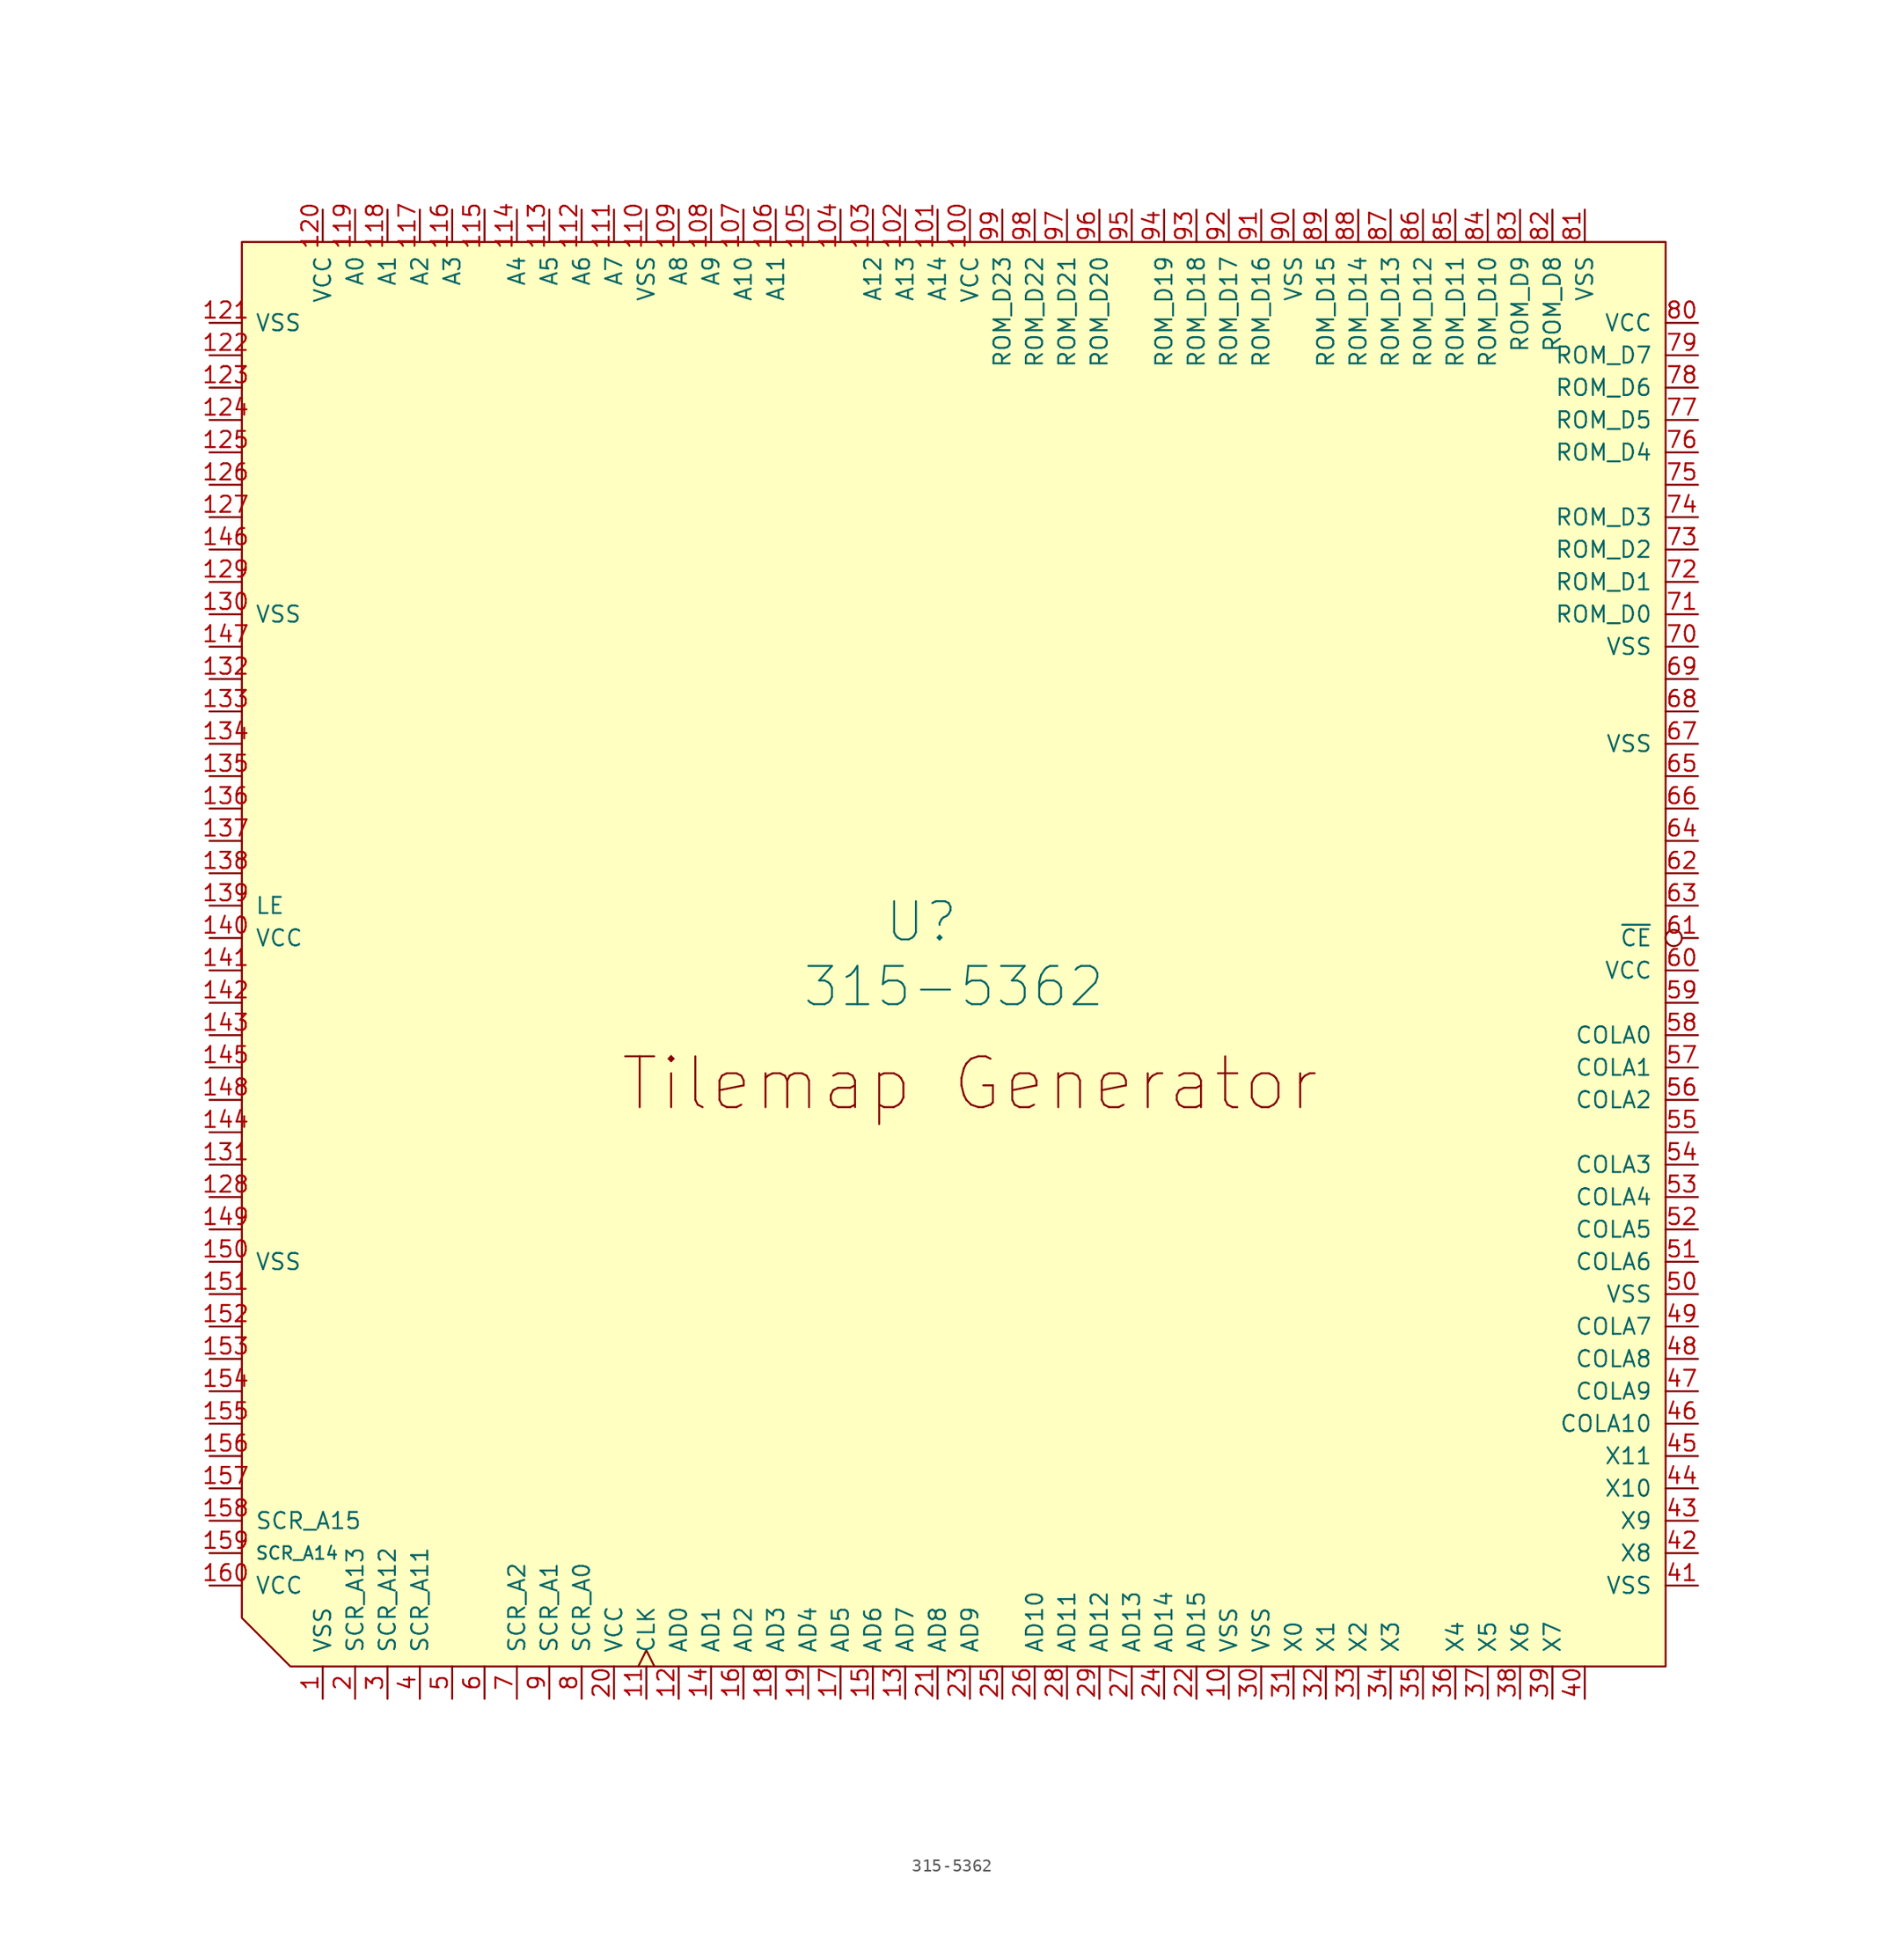
<source format=kicad_sym>
(kicad_symbol_lib
  (version 20211014)
  (generator kicad_symbol_editor)
  (symbol "315-5362"
    (pin_names
      (offset 1.016))
    (property "Reference" "U"
      (at -1.27 3.81 0)
      (effects (font (size 2.997 2.997))))
    (property "Value" "315-5362"
      (at 1.27 -1.27 0)
      (effects (font (size 2.997 2.997))))
    (symbol "315-5362_0_0"
      (text "Tilemap Generator" (at 2.54 -8.89 0) (effects (font (size 3.988 3.988)))))
    (symbol "315-5362_0_1"
      (polyline (pts (xy -48.26 -54.61) (xy -50.8 -54.61) (xy -54.61 -50.8) (xy -54.61 57.15) (xy 57.15 57.15) (xy 57.15 -54.61) (xy -48.26 -54.61)) (stroke (width 0) (type default) (color 0 0 0 0)) (fill (type background))))
    (symbol "315-5362_1_1"
      (pin power_in line (at -48.26 -57.15 90) (length 2.54) (name "VSS" (effects (font (size 1.27 1.27)))) (number "1" (effects (font (size 1.27 1.27)))))
      (pin power_in line (at 22.86 -57.15 90) (length 2.54) (name "VSS" (effects (font (size 1.27 1.27)))) (number "10" (effects (font (size 1.27 1.27)))))
      (pin power_in line (at 2.54 59.69 270) (length 2.54) (name "VCC" (effects (font (size 1.27 1.27)))) (number "100" (effects (font (size 1.27 1.27)))))
      (pin output line (at 0 59.69 270) (length 2.54) (name "A14" (effects (font (size 1.27 1.27)))) (number "101" (effects (font (size 1.27 1.27)))))
      (pin output line (at -2.54 59.69 270) (length 2.54) (name "A13" (effects (font (size 1.27 1.27)))) (number "102" (effects (font (size 1.27 1.27)))))
      (pin output line (at -5.08 59.69 270) (length 2.54) (name "A12" (effects (font (size 1.27 1.27)))) (number "103" (effects (font (size 1.27 1.27)))))
      (pin output line (at -7.62 59.69 270) (length 2.54) (name "~" (effects (font (size 1.27 1.27)))) (number "104" (effects (font (size 1.27 1.27)))))
      (pin output line (at -10.16 59.69 270) (length 2.54) (name "~" (effects (font (size 1.27 1.27)))) (number "105" (effects (font (size 1.27 1.27)))))
      (pin output line (at -12.7 59.69 270) (length 2.54) (name "A11" (effects (font (size 1.27 1.27)))) (number "106" (effects (font (size 1.27 1.27)))))
      (pin output line (at -15.24 59.69 270) (length 2.54) (name "A10" (effects (font (size 1.27 1.27)))) (number "107" (effects (font (size 1.27 1.27)))))
      (pin output line (at -17.78 59.69 270) (length 2.54) (name "A9" (effects (font (size 1.27 1.27)))) (number "108" (effects (font (size 1.27 1.27)))))
      (pin output line (at -20.32 59.69 270) (length 2.54) (name "A8" (effects (font (size 1.27 1.27)))) (number "109" (effects (font (size 1.27 1.27)))))
      (pin output clock (at -22.86 -57.15 90) (length 2.54) (name "CLK" (effects (font (size 1.27 1.27)))) (number "11" (effects (font (size 1.27 1.27)))))
      (pin power_in line (at -22.86 59.69 270) (length 2.54) (name "VSS" (effects (font (size 1.27 1.27)))) (number "110" (effects (font (size 1.27 1.27)))))
      (pin output line (at -25.4 59.69 270) (length 2.54) (name "A7" (effects (font (size 1.27 1.27)))) (number "111" (effects (font (size 1.27 1.27)))))
      (pin output line (at -27.94 59.69 270) (length 2.54) (name "A6" (effects (font (size 1.27 1.27)))) (number "112" (effects (font (size 1.27 1.27)))))
      (pin output line (at -30.48 59.69 270) (length 2.54) (name "A5" (effects (font (size 1.27 1.27)))) (number "113" (effects (font (size 1.27 1.27)))))
      (pin output line (at -33.02 59.69 270) (length 2.54) (name "A4" (effects (font (size 1.27 1.27)))) (number "114" (effects (font (size 1.27 1.27)))))
      (pin output line (at -35.56 59.69 270) (length 2.54) (name "~" (effects (font (size 1.27 1.27)))) (number "115" (effects (font (size 1.27 1.27)))))
      (pin output line (at -38.1 59.69 270) (length 2.54) (name "A3" (effects (font (size 1.27 1.27)))) (number "116" (effects (font (size 1.27 1.27)))))
      (pin output line (at -40.64 59.69 270) (length 2.54) (name "A2" (effects (font (size 1.27 1.27)))) (number "117" (effects (font (size 1.27 1.27)))))
      (pin output line (at -43.18 59.69 270) (length 2.54) (name "A1" (effects (font (size 1.27 1.27)))) (number "118" (effects (font (size 1.27 1.27)))))
      (pin output line (at -45.72 59.69 270) (length 2.54) (name "A0" (effects (font (size 1.27 1.27)))) (number "119" (effects (font (size 1.27 1.27)))))
      (pin bidirectional line (at -20.32 -57.15 90) (length 2.54) (name "AD0" (effects (font (size 1.27 1.27)))) (number "12" (effects (font (size 1.27 1.27)))))
      (pin power_in line (at -48.26 59.69 270) (length 2.54) (name "VCC" (effects (font (size 1.27 1.27)))) (number "120" (effects (font (size 1.27 1.27)))))
      (pin power_in line (at -57.15 50.8 0) (length 2.54) (name "VSS" (effects (font (size 1.27 1.27)))) (number "121" (effects (font (size 1.27 1.27)))))
      (pin output line (at -57.15 48.26 0) (length 2.54) (name "~" (effects (font (size 1.27 1.27)))) (number "122" (effects (font (size 1.27 1.27)))))
      (pin output line (at -57.15 45.72 0) (length 2.54) (name "~" (effects (font (size 1.27 1.27)))) (number "123" (effects (font (size 1.27 1.27)))))
      (pin output line (at -57.15 43.18 0) (length 2.54) (name "~" (effects (font (size 1.27 1.27)))) (number "124" (effects (font (size 1.27 1.27)))))
      (pin output line (at -57.15 40.64 0) (length 2.54) (name "~" (effects (font (size 1.27 1.27)))) (number "125" (effects (font (size 1.27 1.27)))))
      (pin output line (at -57.15 38.1 0) (length 2.54) (name "~" (effects (font (size 1.27 1.27)))) (number "126" (effects (font (size 1.27 1.27)))))
      (pin output line (at -57.15 35.56 0) (length 2.54) (name "~" (effects (font (size 1.27 1.27)))) (number "127" (effects (font (size 1.27 1.27)))))
      (pin input line (at -57.15 -17.78 0) (length 2.54) (name "~" (effects (font (size 1.27 1.27)))) (number "128" (effects (font (size 1.27 1.27)))))
      (pin output line (at -57.15 30.48 0) (length 2.54) (name "~" (effects (font (size 1.27 1.27)))) (number "129" (effects (font (size 1.27 1.27)))))
      (pin bidirectional line (at -2.54 -57.15 90) (length 2.54) (name "AD7" (effects (font (size 1.27 1.27)))) (number "13" (effects (font (size 1.27 1.27)))))
      (pin power_in line (at -57.15 27.94 0) (length 2.54) (name "VSS" (effects (font (size 1.27 1.27)))) (number "130" (effects (font (size 1.27 1.27)))))
      (pin input line (at -57.15 -15.24 0) (length 2.54) (name "~" (effects (font (size 1.27 1.27)))) (number "131" (effects (font (size 1.27 1.27)))))
      (pin output line (at -57.15 22.86 0) (length 2.54) (name "~" (effects (font (size 1.27 1.27)))) (number "132" (effects (font (size 1.27 1.27)))))
      (pin output line (at -57.15 20.32 0) (length 2.54) (name "~" (effects (font (size 1.27 1.27)))) (number "133" (effects (font (size 1.27 1.27)))))
      (pin output line (at -57.15 17.78 0) (length 2.54) (name "~" (effects (font (size 1.27 1.27)))) (number "134" (effects (font (size 1.27 1.27)))))
      (pin output line (at -57.15 15.24 0) (length 2.54) (name "~" (effects (font (size 1.27 1.27)))) (number "135" (effects (font (size 1.27 1.27)))))
      (pin output line (at -57.15 12.7 0) (length 2.54) (name "~" (effects (font (size 1.27 1.27)))) (number "136" (effects (font (size 1.27 1.27)))))
      (pin output line (at -57.15 10.16 0) (length 2.54) (name "~" (effects (font (size 1.27 1.27)))) (number "137" (effects (font (size 1.27 1.27)))))
      (pin output line (at -57.15 7.62 0) (length 2.54) (name "~" (effects (font (size 1.27 1.27)))) (number "138" (effects (font (size 1.27 1.27)))))
      (pin output line (at -57.15 5.08 0) (length 2.54) (name "LE" (effects (font (size 1.27 1.27)))) (number "139" (effects (font (size 1.27 1.27)))))
      (pin bidirectional line (at -17.78 -57.15 90) (length 2.54) (name "AD1" (effects (font (size 1.27 1.27)))) (number "14" (effects (font (size 1.27 1.27)))))
      (pin power_in line (at -57.15 2.54 0) (length 2.54) (name "VCC" (effects (font (size 1.27 1.27)))) (number "140" (effects (font (size 1.27 1.27)))))
      (pin output line (at -57.15 0 0) (length 2.54) (name "~" (effects (font (size 1.27 1.27)))) (number "141" (effects (font (size 1.27 1.27)))))
      (pin output line (at -57.15 -2.54 0) (length 2.54) (name "~" (effects (font (size 1.27 1.27)))) (number "142" (effects (font (size 1.27 1.27)))))
      (pin output line (at -57.15 -5.08 0) (length 2.54) (name "~" (effects (font (size 1.27 1.27)))) (number "143" (effects (font (size 1.27 1.27)))))
      (pin input line (at -57.15 -12.7 0) (length 2.54) (name "~" (effects (font (size 1.27 1.27)))) (number "144" (effects (font (size 1.27 1.27)))))
      (pin input line (at -57.15 -7.62 0) (length 2.54) (name "~" (effects (font (size 1.27 1.27)))) (number "145" (effects (font (size 1.27 1.27)))))
      (pin output line (at -57.15 33.02 0) (length 2.54) (name "~" (effects (font (size 1.27 1.27)))) (number "146" (effects (font (size 1.27 1.27)))))
      (pin output line (at -57.15 25.4 0) (length 2.54) (name "~" (effects (font (size 1.27 1.27)))) (number "147" (effects (font (size 1.27 1.27)))))
      (pin input line (at -57.15 -10.16 0) (length 2.54) (name "~" (effects (font (size 1.27 1.27)))) (number "148" (effects (font (size 1.27 1.27)))))
      (pin input line (at -57.15 -20.32 0) (length 2.54) (name "~" (effects (font (size 1.27 1.27)))) (number "149" (effects (font (size 1.27 1.27)))))
      (pin bidirectional line (at -5.08 -57.15 90) (length 2.54) (name "AD6" (effects (font (size 1.27 1.27)))) (number "15" (effects (font (size 1.27 1.27)))))
      (pin power_in line (at -57.15 -22.86 0) (length 2.54) (name "VSS" (effects (font (size 1.27 1.27)))) (number "150" (effects (font (size 1.27 1.27)))))
      (pin output line (at -57.15 -25.4 0) (length 2.54) (name "~" (effects (font (size 1.27 1.27)))) (number "151" (effects (font (size 1.27 1.27)))))
      (pin output line (at -57.15 -27.94 0) (length 2.54) (name "~" (effects (font (size 1.27 1.27)))) (number "152" (effects (font (size 1.27 1.27)))))
      (pin output line (at -57.15 -30.48 0) (length 2.54) (name "~" (effects (font (size 1.27 1.27)))) (number "153" (effects (font (size 1.27 1.27)))))
      (pin output line (at -57.15 -33.02 0) (length 2.54) (name "~" (effects (font (size 1.27 1.27)))) (number "154" (effects (font (size 1.27 1.27)))))
      (pin output line (at -57.15 -35.56 0) (length 2.54) (name "~" (effects (font (size 1.27 1.27)))) (number "155" (effects (font (size 1.27 1.27)))))
      (pin output line (at -57.15 -38.1 0) (length 2.54) (name "~" (effects (font (size 1.27 1.27)))) (number "156" (effects (font (size 1.27 1.27)))))
      (pin output line (at -57.15 -40.64 0) (length 2.54) (name "~" (effects (font (size 1.27 1.27)))) (number "157" (effects (font (size 1.27 1.27)))))
      (pin output line (at -57.15 -43.18 0) (length 2.54) (name "SCR_A15" (effects (font (size 1.27 1.27)))) (number "158" (effects (font (size 1.27 1.27)))))
      (pin output line (at -57.15 -45.72 0) (length 2.54) (name "SCR_A14" (effects (font (size 0.991 0.991)))) (number "159" (effects (font (size 1.27 1.27)))))
      (pin bidirectional line (at -15.24 -57.15 90) (length 2.54) (name "AD2" (effects (font (size 1.27 1.27)))) (number "16" (effects (font (size 1.27 1.27)))))
      (pin power_in line (at -57.15 -48.26 0) (length 2.54) (name "VCC" (effects (font (size 1.27 1.27)))) (number "160" (effects (font (size 1.27 1.27)))))
      (pin bidirectional line (at -7.62 -57.15 90) (length 2.54) (name "AD5" (effects (font (size 1.27 1.27)))) (number "17" (effects (font (size 1.27 1.27)))))
      (pin bidirectional line (at -12.7 -57.15 90) (length 2.54) (name "AD3" (effects (font (size 1.27 1.27)))) (number "18" (effects (font (size 1.27 1.27)))))
      (pin bidirectional line (at -10.16 -57.15 90) (length 2.54) (name "AD4" (effects (font (size 1.27 1.27)))) (number "19" (effects (font (size 1.27 1.27)))))
      (pin output line (at -45.72 -57.15 90) (length 2.54) (name "SCR_A13" (effects (font (size 1.27 1.27)))) (number "2" (effects (font (size 1.27 1.27)))))
      (pin power_in line (at -25.4 -57.15 90) (length 2.54) (name "VCC" (effects (font (size 1.27 1.27)))) (number "20" (effects (font (size 1.27 1.27)))))
      (pin bidirectional line (at 0 -57.15 90) (length 2.54) (name "AD8" (effects (font (size 1.27 1.27)))) (number "21" (effects (font (size 1.27 1.27)))))
      (pin bidirectional line (at 20.32 -57.15 90) (length 2.54) (name "AD15" (effects (font (size 1.27 1.27)))) (number "22" (effects (font (size 1.27 1.27)))))
      (pin bidirectional line (at 2.54 -57.15 90) (length 2.54) (name "AD9" (effects (font (size 1.27 1.27)))) (number "23" (effects (font (size 1.27 1.27)))))
      (pin bidirectional line (at 17.78 -57.15 90) (length 2.54) (name "AD14" (effects (font (size 1.27 1.27)))) (number "24" (effects (font (size 1.27 1.27)))))
      (pin bidirectional line (at 5.08 -57.15 90) (length 2.54) (name "~" (effects (font (size 1.27 1.27)))) (number "25" (effects (font (size 1.27 1.27)))))
      (pin bidirectional line (at 7.62 -57.15 90) (length 2.54) (name "AD10" (effects (font (size 1.27 1.27)))) (number "26" (effects (font (size 1.27 1.27)))))
      (pin bidirectional line (at 15.24 -57.15 90) (length 2.54) (name "AD13" (effects (font (size 1.27 1.27)))) (number "27" (effects (font (size 1.27 1.27)))))
      (pin bidirectional line (at 10.16 -57.15 90) (length 2.54) (name "AD11" (effects (font (size 1.27 1.27)))) (number "28" (effects (font (size 1.27 1.27)))))
      (pin bidirectional line (at 12.7 -57.15 90) (length 2.54) (name "AD12" (effects (font (size 1.27 1.27)))) (number "29" (effects (font (size 1.27 1.27)))))
      (pin output line (at -43.18 -57.15 90) (length 2.54) (name "SCR_A12" (effects (font (size 1.27 1.27)))) (number "3" (effects (font (size 1.27 1.27)))))
      (pin power_in line (at 25.4 -57.15 90) (length 2.54) (name "VSS" (effects (font (size 1.27 1.27)))) (number "30" (effects (font (size 1.27 1.27)))))
      (pin input line (at 27.94 -57.15 90) (length 2.54) (name "X0" (effects (font (size 1.27 1.27)))) (number "31" (effects (font (size 1.27 1.27)))))
      (pin input line (at 30.48 -57.15 90) (length 2.54) (name "X1" (effects (font (size 1.27 1.27)))) (number "32" (effects (font (size 1.27 1.27)))))
      (pin input line (at 33.02 -57.15 90) (length 2.54) (name "X2" (effects (font (size 1.27 1.27)))) (number "33" (effects (font (size 1.27 1.27)))))
      (pin input line (at 35.56 -57.15 90) (length 2.54) (name "X3" (effects (font (size 1.27 1.27)))) (number "34" (effects (font (size 1.27 1.27)))))
      (pin input line (at 38.1 -57.15 90) (length 2.54) (name "~" (effects (font (size 1.27 1.27)))) (number "35" (effects (font (size 1.27 1.27)))))
      (pin input line (at 40.64 -57.15 90) (length 2.54) (name "X4" (effects (font (size 1.27 1.27)))) (number "36" (effects (font (size 1.27 1.27)))))
      (pin input line (at 43.18 -57.15 90) (length 2.54) (name "X5" (effects (font (size 1.27 1.27)))) (number "37" (effects (font (size 1.27 1.27)))))
      (pin input line (at 45.72 -57.15 90) (length 2.54) (name "X6" (effects (font (size 1.27 1.27)))) (number "38" (effects (font (size 1.27 1.27)))))
      (pin input line (at 48.26 -57.15 90) (length 2.54) (name "X7" (effects (font (size 1.27 1.27)))) (number "39" (effects (font (size 1.27 1.27)))))
      (pin output line (at -40.64 -57.15 90) (length 2.54) (name "SCR_A11" (effects (font (size 1.27 1.27)))) (number "4" (effects (font (size 1.27 1.27)))))
      (pin input line (at 50.8 -57.15 90) (length 2.54) (name "~" (effects (font (size 1.27 1.27)))) (number "40" (effects (font (size 1.27 1.27)))))
      (pin power_in line (at 59.69 -48.26 180) (length 2.54) (name "VSS" (effects (font (size 1.27 1.27)))) (number "41" (effects (font (size 1.27 1.27)))))
      (pin input line (at 59.69 -45.72 180) (length 2.54) (name "X8" (effects (font (size 1.27 1.27)))) (number "42" (effects (font (size 1.27 1.27)))))
      (pin input line (at 59.69 -43.18 180) (length 2.54) (name "X9" (effects (font (size 1.27 1.27)))) (number "43" (effects (font (size 1.27 1.27)))))
      (pin input line (at 59.69 -40.64 180) (length 2.54) (name "X10" (effects (font (size 1.27 1.27)))) (number "44" (effects (font (size 1.27 1.27)))))
      (pin input line (at 59.69 -38.1 180) (length 2.54) (name "X11" (effects (font (size 1.27 1.27)))) (number "45" (effects (font (size 1.27 1.27)))))
      (pin tri_state line (at 59.69 -35.56 180) (length 2.54) (name "COLA10" (effects (font (size 1.27 1.27)))) (number "46" (effects (font (size 1.27 1.27)))))
      (pin tri_state line (at 59.69 -33.02 180) (length 2.54) (name "COLA9" (effects (font (size 1.27 1.27)))) (number "47" (effects (font (size 1.27 1.27)))))
      (pin tri_state line (at 59.69 -30.48 180) (length 2.54) (name "COLA8" (effects (font (size 1.27 1.27)))) (number "48" (effects (font (size 1.27 1.27)))))
      (pin tri_state line (at 59.69 -27.94 180) (length 2.54) (name "COLA7" (effects (font (size 1.27 1.27)))) (number "49" (effects (font (size 1.27 1.27)))))
      (pin output line (at -38.1 -57.15 90) (length 2.54) (name "~" (effects (font (size 1.27 1.27)))) (number "5" (effects (font (size 1.27 1.27)))))
      (pin power_in line (at 59.69 -25.4 180) (length 2.54) (name "VSS" (effects (font (size 1.27 1.27)))) (number "50" (effects (font (size 1.27 1.27)))))
      (pin tri_state line (at 59.69 -22.86 180) (length 2.54) (name "COLA6" (effects (font (size 1.27 1.27)))) (number "51" (effects (font (size 1.27 1.27)))))
      (pin tri_state line (at 59.69 -20.32 180) (length 2.54) (name "COLA5" (effects (font (size 1.27 1.27)))) (number "52" (effects (font (size 1.27 1.27)))))
      (pin tri_state line (at 59.69 -17.78 180) (length 2.54) (name "COLA4" (effects (font (size 1.27 1.27)))) (number "53" (effects (font (size 1.27 1.27)))))
      (pin tri_state line (at 59.69 -15.24 180) (length 2.54) (name "COLA3" (effects (font (size 1.27 1.27)))) (number "54" (effects (font (size 1.27 1.27)))))
      (pin tri_state line (at 59.69 -12.7 180) (length 2.54) (name "~" (effects (font (size 1.27 1.27)))) (number "55" (effects (font (size 1.27 1.27)))))
      (pin tri_state line (at 59.69 -10.16 180) (length 2.54) (name "COLA2" (effects (font (size 1.27 1.27)))) (number "56" (effects (font (size 1.27 1.27)))))
      (pin tri_state line (at 59.69 -7.62 180) (length 2.54) (name "COLA1" (effects (font (size 1.27 1.27)))) (number "57" (effects (font (size 1.27 1.27)))))
      (pin tri_state line (at 59.69 -5.08 180) (length 2.54) (name "COLA0" (effects (font (size 1.27 1.27)))) (number "58" (effects (font (size 1.27 1.27)))))
      (pin input line (at 59.69 -2.54 180) (length 2.54) (name "~" (effects (font (size 1.27 1.27)))) (number "59" (effects (font (size 1.27 1.27)))))
      (pin output line (at -35.56 -57.15 90) (length 2.54) (name "~" (effects (font (size 1.27 1.27)))) (number "6" (effects (font (size 1.27 1.27)))))
      (pin power_in line (at 59.69 0 180) (length 2.54) (name "VCC" (effects (font (size 1.27 1.27)))) (number "60" (effects (font (size 1.27 1.27)))))
      (pin output inverted (at 59.69 2.54 180) (length 2.54) (name "~{CE}" (effects (font (size 1.27 1.27)))) (number "61" (effects (font (size 1.27 1.27)))))
      (pin output line (at 59.69 7.62 180) (length 2.54) (name "~" (effects (font (size 1.27 1.27)))) (number "62" (effects (font (size 1.27 1.27)))))
      (pin output line (at 59.69 5.08 180) (length 2.54) (name "~" (effects (font (size 1.27 1.27)))) (number "63" (effects (font (size 1.27 1.27)))))
      (pin output line (at 59.69 10.16 180) (length 2.54) (name "~" (effects (font (size 1.27 1.27)))) (number "64" (effects (font (size 1.27 1.27)))))
      (pin output line (at 59.69 15.24 180) (length 2.54) (name "~" (effects (font (size 1.27 1.27)))) (number "65" (effects (font (size 1.27 1.27)))))
      (pin output line (at 59.69 12.7 180) (length 2.54) (name "~" (effects (font (size 1.27 1.27)))) (number "66" (effects (font (size 1.27 1.27)))))
      (pin power_in line (at 59.69 17.78 180) (length 2.54) (name "VSS" (effects (font (size 1.27 1.27)))) (number "67" (effects (font (size 1.27 1.27)))))
      (pin output line (at 59.69 20.32 180) (length 2.54) (name "~" (effects (font (size 1.27 1.27)))) (number "68" (effects (font (size 1.27 1.27)))))
      (pin output line (at 59.69 22.86 180) (length 2.54) (name "~" (effects (font (size 1.27 1.27)))) (number "69" (effects (font (size 1.27 1.27)))))
      (pin output line (at -33.02 -57.15 90) (length 2.54) (name "SCR_A2" (effects (font (size 1.27 1.27)))) (number "7" (effects (font (size 1.27 1.27)))))
      (pin power_in line (at 59.69 25.4 180) (length 2.54) (name "VSS" (effects (font (size 1.27 1.27)))) (number "70" (effects (font (size 1.27 1.27)))))
      (pin input line (at 59.69 27.94 180) (length 2.54) (name "ROM_D0" (effects (font (size 1.27 1.27)))) (number "71" (effects (font (size 1.27 1.27)))))
      (pin input line (at 59.69 30.48 180) (length 2.54) (name "ROM_D1" (effects (font (size 1.27 1.27)))) (number "72" (effects (font (size 1.27 1.27)))))
      (pin input line (at 59.69 33.02 180) (length 2.54) (name "ROM_D2" (effects (font (size 1.27 1.27)))) (number "73" (effects (font (size 1.27 1.27)))))
      (pin input line (at 59.69 35.56 180) (length 2.54) (name "ROM_D3" (effects (font (size 1.27 1.27)))) (number "74" (effects (font (size 1.27 1.27)))))
      (pin input line (at 59.69 38.1 180) (length 2.54) (name "~" (effects (font (size 1.27 1.27)))) (number "75" (effects (font (size 1.27 1.27)))))
      (pin input line (at 59.69 40.64 180) (length 2.54) (name "ROM_D4" (effects (font (size 1.27 1.27)))) (number "76" (effects (font (size 1.27 1.27)))))
      (pin input line (at 59.69 43.18 180) (length 2.54) (name "ROM_D5" (effects (font (size 1.27 1.27)))) (number "77" (effects (font (size 1.27 1.27)))))
      (pin input line (at 59.69 45.72 180) (length 2.54) (name "ROM_D6" (effects (font (size 1.27 1.27)))) (number "78" (effects (font (size 1.27 1.27)))))
      (pin input line (at 59.69 48.26 180) (length 2.54) (name "ROM_D7" (effects (font (size 1.27 1.27)))) (number "79" (effects (font (size 1.27 1.27)))))
      (pin output line (at -27.94 -57.15 90) (length 2.54) (name "SCR_A0" (effects (font (size 1.27 1.27)))) (number "8" (effects (font (size 1.27 1.27)))))
      (pin power_in line (at 59.69 50.8 180) (length 2.54) (name "VCC" (effects (font (size 1.27 1.27)))) (number "80" (effects (font (size 1.27 1.27)))))
      (pin power_in line (at 50.8 59.69 270) (length 2.54) (name "VSS" (effects (font (size 1.27 1.27)))) (number "81" (effects (font (size 1.27 1.27)))))
      (pin input line (at 48.26 59.69 270) (length 2.54) (name "ROM_D8" (effects (font (size 1.27 1.27)))) (number "82" (effects (font (size 1.27 1.27)))))
      (pin input line (at 45.72 59.69 270) (length 2.54) (name "ROM_D9" (effects (font (size 1.27 1.27)))) (number "83" (effects (font (size 1.27 1.27)))))
      (pin input line (at 43.18 59.69 270) (length 2.54) (name "ROM_D10" (effects (font (size 1.27 1.27)))) (number "84" (effects (font (size 1.27 1.27)))))
      (pin input line (at 40.64 59.69 270) (length 2.54) (name "ROM_D11" (effects (font (size 1.27 1.27)))) (number "85" (effects (font (size 1.27 1.27)))))
      (pin input line (at 38.1 59.69 270) (length 2.54) (name "ROM_D12" (effects (font (size 1.27 1.27)))) (number "86" (effects (font (size 1.27 1.27)))))
      (pin input line (at 35.56 59.69 270) (length 2.54) (name "ROM_D13" (effects (font (size 1.27 1.27)))) (number "87" (effects (font (size 1.27 1.27)))))
      (pin input line (at 33.02 59.69 270) (length 2.54) (name "ROM_D14" (effects (font (size 1.27 1.27)))) (number "88" (effects (font (size 1.27 1.27)))))
      (pin input line (at 30.48 59.69 270) (length 2.54) (name "ROM_D15" (effects (font (size 1.27 1.27)))) (number "89" (effects (font (size 1.27 1.27)))))
      (pin output line (at -30.48 -57.15 90) (length 2.54) (name "SCR_A1" (effects (font (size 1.27 1.27)))) (number "9" (effects (font (size 1.27 1.27)))))
      (pin power_in line (at 27.94 59.69 270) (length 2.54) (name "VSS" (effects (font (size 1.27 1.27)))) (number "90" (effects (font (size 1.27 1.27)))))
      (pin input line (at 25.4 59.69 270) (length 2.54) (name "ROM_D16" (effects (font (size 1.27 1.27)))) (number "91" (effects (font (size 1.27 1.27)))))
      (pin input line (at 22.86 59.69 270) (length 2.54) (name "ROM_D17" (effects (font (size 1.27 1.27)))) (number "92" (effects (font (size 1.27 1.27)))))
      (pin input line (at 20.32 59.69 270) (length 2.54) (name "ROM_D18" (effects (font (size 1.27 1.27)))) (number "93" (effects (font (size 1.27 1.27)))))
      (pin input line (at 17.78 59.69 270) (length 2.54) (name "ROM_D19" (effects (font (size 1.27 1.27)))) (number "94" (effects (font (size 1.27 1.27)))))
      (pin input line (at 15.24 59.69 270) (length 2.54) (name "~" (effects (font (size 1.27 1.27)))) (number "95" (effects (font (size 1.27 1.27)))))
      (pin input line (at 12.7 59.69 270) (length 2.54) (name "ROM_D20" (effects (font (size 1.27 1.27)))) (number "96" (effects (font (size 1.27 1.27)))))
      (pin input line (at 10.16 59.69 270) (length 2.54) (name "ROM_D21" (effects (font (size 1.27 1.27)))) (number "97" (effects (font (size 1.27 1.27)))))
      (pin input line (at 7.62 59.69 270) (length 2.54) (name "ROM_D22" (effects (font (size 1.27 1.27)))) (number "98" (effects (font (size 1.27 1.27)))))
      (pin input line (at 5.08 59.69 270) (length 2.54) (name "ROM_D23" (effects (font (size 1.27 1.27)))) (number "99" (effects (font (size 1.27 1.27))))))))
</source>
